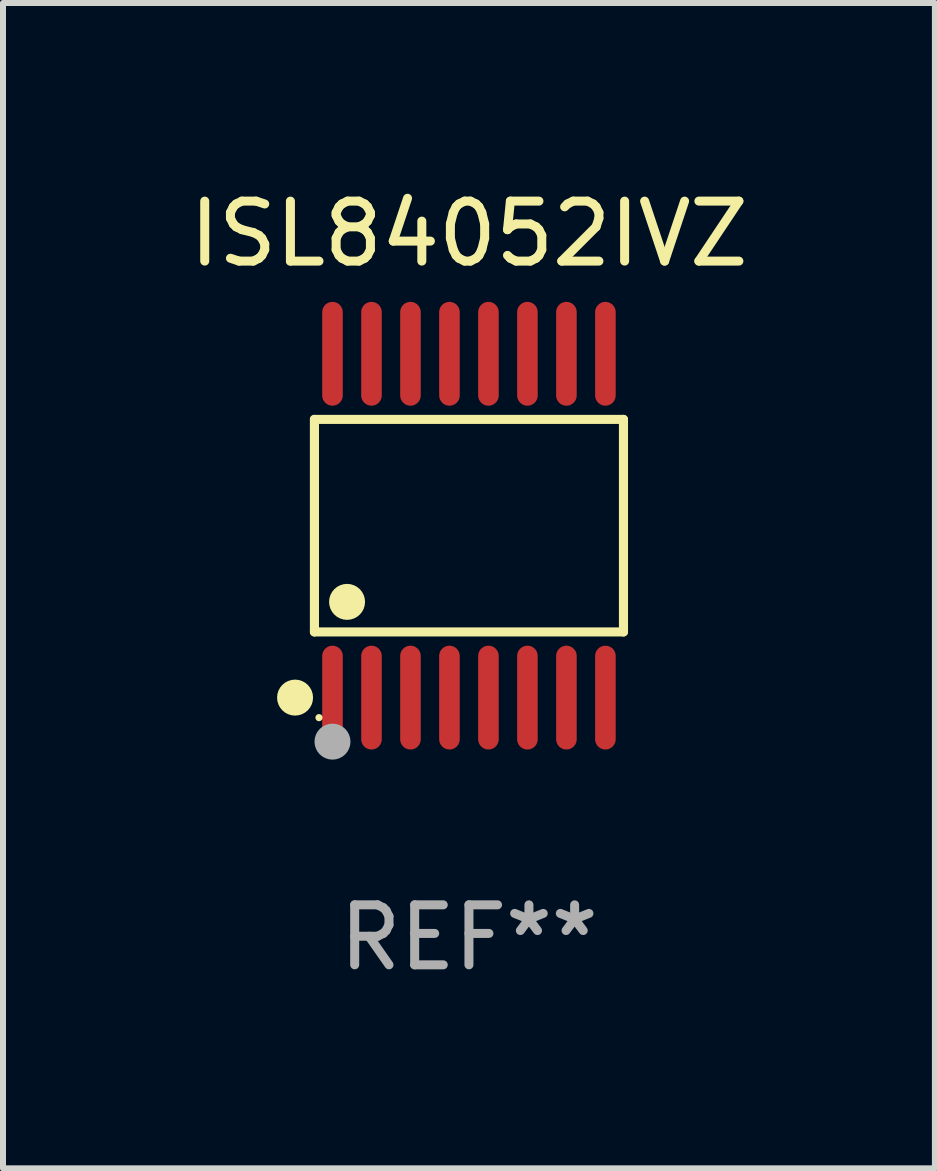
<source format=kicad_pcb>
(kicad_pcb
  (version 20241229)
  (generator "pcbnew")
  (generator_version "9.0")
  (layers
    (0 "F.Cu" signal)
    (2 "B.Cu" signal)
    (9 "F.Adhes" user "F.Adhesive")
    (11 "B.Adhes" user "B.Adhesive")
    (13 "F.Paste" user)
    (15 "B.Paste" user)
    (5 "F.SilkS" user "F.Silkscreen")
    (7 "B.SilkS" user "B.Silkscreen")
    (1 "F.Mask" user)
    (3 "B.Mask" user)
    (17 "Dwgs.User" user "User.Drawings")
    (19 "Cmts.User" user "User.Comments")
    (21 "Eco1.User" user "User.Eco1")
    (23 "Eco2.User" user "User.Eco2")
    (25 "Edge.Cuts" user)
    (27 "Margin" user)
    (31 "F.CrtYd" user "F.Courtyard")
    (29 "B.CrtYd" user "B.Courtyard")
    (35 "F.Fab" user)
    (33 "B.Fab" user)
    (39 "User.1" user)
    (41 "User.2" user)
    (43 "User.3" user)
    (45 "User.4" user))
  (footprint "ISL84052IVZ"
    (layer "F.Cu")
    (at 4.768 5.714)
    (property "Reference" "ISL84052IVZ" (at 0 -4.866 0) (layer "F.SilkS") (effects (font (size 1 1) (thickness 0.15))))
    (attr through_hole)
    (fp_line (start -2.576 -1.772) (end 2.576 -1.772) (stroke (width 0.152) (type solid)) (layer "F.SilkS"))
    (fp_line (start -2.576 1.771) (end -2.576 -1.772) (stroke (width 0.152) (type solid)) (layer "F.SilkS"))
    (fp_line (start 2.576 -1.772) (end 2.576 1.771) (stroke (width 0.152) (type solid)) (layer "F.SilkS"))
    (fp_line (start 2.576 1.771) (end -2.576 1.771) (stroke (width 0.152) (type solid)) (layer "F.SilkS"))
    (fp_circle (center -2.899 2.866) (end -2.749 2.866) (stroke (width 0.3) (type solid)) (fill no) (layer "F.SilkS"))
    (fp_circle (center -2.5 3.2) (end -2.47 3.2) (stroke (width 0.06) (type solid)) (fill no) (layer "F.SilkS"))
    (fp_circle (center -2.032 1.27) (end -1.882 1.27) (stroke (width 0.3) (type solid)) (fill no) (layer "F.SilkS"))
    (fp_circle (center -2.275 3.6) (end -2.125 3.6) (stroke (width 0.3) (type solid)) (fill no) (layer "F.Fab"))
    (fp_text user "REF**" (at 0 6.866 0) (layer "F.Fab") (effects (font (size 1 1) (thickness 0.15))))
    (pad "1" smd oval (at -2.275 2.866) (size 0.343 1.731) (layers "F.Cu" "F.Mask" "F.Paste"))
    (pad "2" smd oval (at -1.625 2.866) (size 0.343 1.731) (layers "F.Cu" "F.Mask" "F.Paste"))
    (pad "3" smd oval (at -0.975 2.866) (size 0.343 1.731) (layers "F.Cu" "F.Mask" "F.Paste"))
    (pad "4" smd oval (at -0.325 2.866) (size 0.343 1.731) (layers "F.Cu" "F.Mask" "F.Paste"))
    (pad "5" smd oval (at 0.325 2.866) (size 0.343 1.731) (layers "F.Cu" "F.Mask" "F.Paste"))
    (pad "6" smd oval (at 0.975 2.866) (size 0.343 1.731) (layers "F.Cu" "F.Mask" "F.Paste"))
    (pad "7" smd oval (at 1.625 2.866) (size 0.343 1.731) (layers "F.Cu" "F.Mask" "F.Paste"))
    (pad "8" smd oval (at 2.275 2.866) (size 0.343 1.731) (layers "F.Cu" "F.Mask" "F.Paste"))
    (pad "9" smd oval (at 2.275 -2.866) (size 0.343 1.731) (layers "F.Cu" "F.Mask" "F.Paste"))
    (pad "10" smd oval (at 1.625 -2.866) (size 0.343 1.731) (layers "F.Cu" "F.Mask" "F.Paste"))
    (pad "11" smd oval (at 0.975 -2.866) (size 0.343 1.731) (layers "F.Cu" "F.Mask" "F.Paste"))
    (pad "12" smd oval (at 0.325 -2.866) (size 0.343 1.731) (layers "F.Cu" "F.Mask" "F.Paste"))
    (pad "13" smd oval (at -0.325 -2.866) (size 0.343 1.731) (layers "F.Cu" "F.Mask" "F.Paste"))
    (pad "14" smd oval (at -0.975 -2.866) (size 0.343 1.731) (layers "F.Cu" "F.Mask" "F.Paste"))
    (pad "15" smd oval (at -1.625 -2.866) (size 0.343 1.731) (layers "F.Cu" "F.Mask" "F.Paste"))
    (pad "16" smd oval (at -2.275 -2.866) (size 0.343 1.731) (layers "F.Cu" "F.Mask" "F.Paste")))
  (gr_rect
    (start -3 -3)
    (end 12.536 16.428)
    (stroke (width 0.1) (type default))
    (fill no)
    (layer "Edge.Cuts")))
</source>
